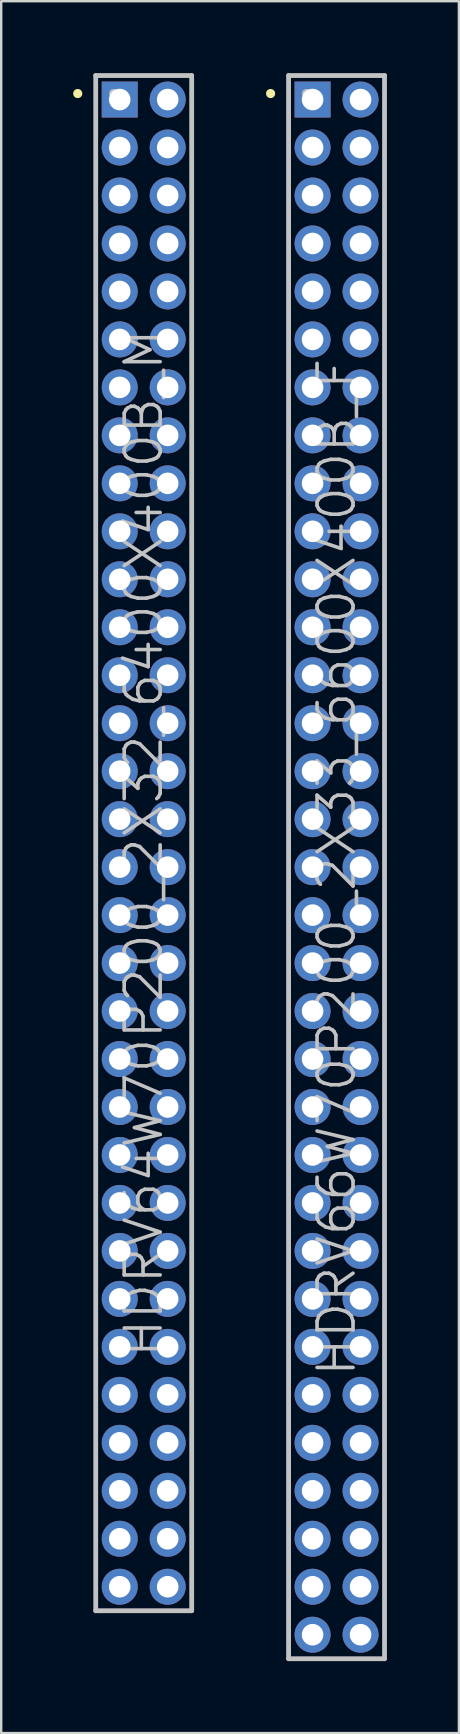
<source format=kicad_pcb>
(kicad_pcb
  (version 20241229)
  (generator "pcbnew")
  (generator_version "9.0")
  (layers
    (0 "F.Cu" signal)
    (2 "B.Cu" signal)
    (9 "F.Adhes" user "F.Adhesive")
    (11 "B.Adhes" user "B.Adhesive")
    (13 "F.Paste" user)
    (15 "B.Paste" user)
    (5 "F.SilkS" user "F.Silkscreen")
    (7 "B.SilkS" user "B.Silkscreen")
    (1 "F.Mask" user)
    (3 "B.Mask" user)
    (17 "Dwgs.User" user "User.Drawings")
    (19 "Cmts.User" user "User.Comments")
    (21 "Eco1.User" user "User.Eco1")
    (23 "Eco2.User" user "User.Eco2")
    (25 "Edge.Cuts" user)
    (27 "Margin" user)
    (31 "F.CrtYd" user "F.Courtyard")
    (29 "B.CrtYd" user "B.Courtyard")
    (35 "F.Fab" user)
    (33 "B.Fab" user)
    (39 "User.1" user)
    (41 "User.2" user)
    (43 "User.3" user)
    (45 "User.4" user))
  (footprint "HDRV64W70P200_2X32_6400X400B_M"
    (layer "F.Cu")
    (at 2.941 32.1)
    (property "Reference" "HDRV64W70P200_2X32_6400X400B_M" (at 0 0 90) (layer "Dwgs.User") (effects (font (size 1.5 1.5) (thickness 0.15))))
    (attr through_hole)
    (fp_line (start -2.75 -31.25) (end -2.75 -31.25) (stroke (width 0.381) (type solid)) (layer "F.SilkS"))
    (fp_line (start -2 -32) (end -2 32) (stroke (width 0.2) (type solid)) (layer "Dwgs.User"))
    (fp_line (start -2 -32) (end 2 -32) (stroke (width 0.2) (type solid)) (layer "Dwgs.User"))
    (fp_line (start -2 32) (end 2 32) (stroke (width 0.2) (type solid)) (layer "Dwgs.User"))
    (fp_line (start -1.25 -31.25) (end -1.25 -31.25) (stroke (width 0.381) (type solid)) (layer "Dwgs.User"))
    (fp_line (start 2 -32) (end 2 32) (stroke (width 0.2) (type solid)) (layer "Dwgs.User"))
    (pad "1" thru_hole rect (at -1 -31) (size 1.5 1.5) (drill 0.9) (layers "*.Cu" "*.Mask"))
    (pad "2" thru_hole circle (at 1 -31 270) (size 1.5 1.5) (drill 0.9) (layers "*.Cu" "*.Mask"))
    (pad "3" thru_hole circle (at -1 -29 270) (size 1.5 1.5) (drill 0.9) (layers "*.Cu" "*.Mask"))
    (pad "4" thru_hole circle (at 1 -29 270) (size 1.5 1.5) (drill 0.9) (layers "*.Cu" "*.Mask"))
    (pad "5" thru_hole circle (at -1 -27 270) (size 1.5 1.5) (drill 0.9) (layers "*.Cu" "*.Mask"))
    (pad "6" thru_hole circle (at 1 -27 270) (size 1.5 1.5) (drill 0.9) (layers "*.Cu" "*.Mask"))
    (pad "7" thru_hole circle (at -1 -25 270) (size 1.5 1.5) (drill 0.9) (layers "*.Cu" "*.Mask"))
    (pad "8" thru_hole circle (at 1 -25 270) (size 1.5 1.5) (drill 0.9) (layers "*.Cu" "*.Mask"))
    (pad "9" thru_hole circle (at -1 -23 270) (size 1.5 1.5) (drill 0.9) (layers "*.Cu" "*.Mask"))
    (pad "10" thru_hole circle (at 1 -23 270) (size 1.5 1.5) (drill 0.9) (layers "*.Cu" "*.Mask"))
    (pad "11" thru_hole circle (at -1 -21 270) (size 1.5 1.5) (drill 0.9) (layers "*.Cu" "*.Mask"))
    (pad "12" thru_hole circle (at 1 -21 270) (size 1.5 1.5) (drill 0.9) (layers "*.Cu" "*.Mask"))
    (pad "13" thru_hole circle (at -1 -19 270) (size 1.5 1.5) (drill 0.9) (layers "*.Cu" "*.Mask"))
    (pad "14" thru_hole circle (at 1 -19 270) (size 1.5 1.5) (drill 0.9) (layers "*.Cu" "*.Mask"))
    (pad "15" thru_hole circle (at -1 -17 270) (size 1.5 1.5) (drill 0.9) (layers "*.Cu" "*.Mask"))
    (pad "16" thru_hole circle (at 1 -17 270) (size 1.5 1.5) (drill 0.9) (layers "*.Cu" "*.Mask"))
    (pad "17" thru_hole circle (at -1 -15 270) (size 1.5 1.5) (drill 0.9) (layers "*.Cu" "*.Mask"))
    (pad "18" thru_hole circle (at 1 -15 270) (size 1.5 1.5) (drill 0.9) (layers "*.Cu" "*.Mask"))
    (pad "19" thru_hole circle (at -1 -13 270) (size 1.5 1.5) (drill 0.9) (layers "*.Cu" "*.Mask"))
    (pad "20" thru_hole circle (at 1 -13 270) (size 1.5 1.5) (drill 0.9) (layers "*.Cu" "*.Mask"))
    (pad "21" thru_hole circle (at -1 -11 270) (size 1.5 1.5) (drill 0.9) (layers "*.Cu" "*.Mask"))
    (pad "22" thru_hole circle (at 1 -11 270) (size 1.5 1.5) (drill 0.9) (layers "*.Cu" "*.Mask"))
    (pad "23" thru_hole circle (at -1 -9 270) (size 1.5 1.5) (drill 0.9) (layers "*.Cu" "*.Mask"))
    (pad "24" thru_hole circle (at 1 -9 270) (size 1.5 1.5) (drill 0.9) (layers "*.Cu" "*.Mask"))
    (pad "25" thru_hole circle (at -1 -7 270) (size 1.5 1.5) (drill 0.9) (layers "*.Cu" "*.Mask"))
    (pad "26" thru_hole circle (at 1 -7 270) (size 1.5 1.5) (drill 0.9) (layers "*.Cu" "*.Mask"))
    (pad "27" thru_hole circle (at -1 -5 270) (size 1.5 1.5) (drill 0.9) (layers "*.Cu" "*.Mask"))
    (pad "28" thru_hole circle (at 1 -5 270) (size 1.5 1.5) (drill 0.9) (layers "*.Cu" "*.Mask"))
    (pad "29" thru_hole circle (at -1 -3 270) (size 1.5 1.5) (drill 0.9) (layers "*.Cu" "*.Mask"))
    (pad "30" thru_hole circle (at 1 -3 270) (size 1.5 1.5) (drill 0.9) (layers "*.Cu" "*.Mask"))
    (pad "31" thru_hole circle (at -1 -1 270) (size 1.5 1.5) (drill 0.9) (layers "*.Cu" "*.Mask"))
    (pad "32" thru_hole circle (at 1 -1 270) (size 1.5 1.5) (drill 0.9) (layers "*.Cu" "*.Mask"))
    (pad "33" thru_hole circle (at -1 1 270) (size 1.5 1.5) (drill 0.9) (layers "*.Cu" "*.Mask"))
    (pad "34" thru_hole circle (at 1 1 270) (size 1.5 1.5) (drill 0.9) (layers "*.Cu" "*.Mask"))
    (pad "35" thru_hole circle (at -1 3 270) (size 1.5 1.5) (drill 0.9) (layers "*.Cu" "*.Mask"))
    (pad "36" thru_hole circle (at 1 3 270) (size 1.5 1.5) (drill 0.9) (layers "*.Cu" "*.Mask"))
    (pad "37" thru_hole circle (at -1 5 270) (size 1.5 1.5) (drill 0.9) (layers "*.Cu" "*.Mask"))
    (pad "38" thru_hole circle (at 1 5 270) (size 1.5 1.5) (drill 0.9) (layers "*.Cu" "*.Mask"))
    (pad "39" thru_hole circle (at -1 7 270) (size 1.5 1.5) (drill 0.9) (layers "*.Cu" "*.Mask"))
    (pad "40" thru_hole circle (at 1 7 270) (size 1.5 1.5) (drill 0.9) (layers "*.Cu" "*.Mask"))
    (pad "41" thru_hole circle (at -1 9 270) (size 1.5 1.5) (drill 0.9) (layers "*.Cu" "*.Mask"))
    (pad "42" thru_hole circle (at 1 9 270) (size 1.5 1.5) (drill 0.9) (layers "*.Cu" "*.Mask"))
    (pad "43" thru_hole circle (at -1 11 270) (size 1.5 1.5) (drill 0.9) (layers "*.Cu" "*.Mask"))
    (pad "44" thru_hole circle (at 1 11 270) (size 1.5 1.5) (drill 0.9) (layers "*.Cu" "*.Mask"))
    (pad "45" thru_hole circle (at -1 13 270) (size 1.5 1.5) (drill 0.9) (layers "*.Cu" "*.Mask"))
    (pad "46" thru_hole circle (at 1 13 270) (size 1.5 1.5) (drill 0.9) (layers "*.Cu" "*.Mask"))
    (pad "47" thru_hole circle (at -1 15 270) (size 1.5 1.5) (drill 0.9) (layers "*.Cu" "*.Mask"))
    (pad "48" thru_hole circle (at 1 15 270) (size 1.5 1.5) (drill 0.9) (layers "*.Cu" "*.Mask"))
    (pad "49" thru_hole circle (at -1 17 270) (size 1.5 1.5) (drill 0.9) (layers "*.Cu" "*.Mask"))
    (pad "50" thru_hole circle (at 1 17 270) (size 1.5 1.5) (drill 0.9) (layers "*.Cu" "*.Mask"))
    (pad "51" thru_hole circle (at -1 19 270) (size 1.5 1.5) (drill 0.9) (layers "*.Cu" "*.Mask"))
    (pad "52" thru_hole circle (at 1 19 270) (size 1.5 1.5) (drill 0.9) (layers "*.Cu" "*.Mask"))
    (pad "53" thru_hole circle (at -1 21 270) (size 1.5 1.5) (drill 0.9) (layers "*.Cu" "*.Mask"))
    (pad "54" thru_hole circle (at 1 21 270) (size 1.5 1.5) (drill 0.9) (layers "*.Cu" "*.Mask"))
    (pad "55" thru_hole circle (at -1 23 270) (size 1.5 1.5) (drill 0.9) (layers "*.Cu" "*.Mask"))
    (pad "56" thru_hole circle (at 1 23 270) (size 1.5 1.5) (drill 0.9) (layers "*.Cu" "*.Mask"))
    (pad "57" thru_hole circle (at -1 25 270) (size 1.5 1.5) (drill 0.9) (layers "*.Cu" "*.Mask"))
    (pad "58" thru_hole circle (at 1 25 270) (size 1.5 1.5) (drill 0.9) (layers "*.Cu" "*.Mask"))
    (pad "59" thru_hole circle (at -1 27 270) (size 1.5 1.5) (drill 0.9) (layers "*.Cu" "*.Mask"))
    (pad "60" thru_hole circle (at 1 27 270) (size 1.5 1.5) (drill 0.9) (layers "*.Cu" "*.Mask"))
    (pad "61" thru_hole circle (at -1 29 270) (size 1.5 1.5) (drill 0.9) (layers "*.Cu" "*.Mask"))
    (pad "62" thru_hole circle (at 1 29 270) (size 1.5 1.5) (drill 0.9) (layers "*.Cu" "*.Mask"))
    (pad "63" thru_hole circle (at -1 31 270) (size 1.5 1.5) (drill 0.9) (layers "*.Cu" "*.Mask"))
    (pad "64" thru_hole circle (at 1 31 270) (size 1.5 1.5) (drill 0.9) (layers "*.Cu" "*.Mask")))
  (footprint "HDRV66W70P200_2X33_6600X400B_F"
    (layer "F.Cu")
    (at 10.981 33.1)
    (property "Reference" "HDRV66W70P200_2X33_6600X400B_F" (at 0 0 90) (layer "Dwgs.User") (effects (font (size 1.5 1.5) (thickness 0.15))))
    (attr through_hole)
    (fp_line (start -2.75 -32.25) (end -2.75 -32.25) (stroke (width 0.381) (type solid)) (layer "F.SilkS"))
    (fp_line (start -2 -33) (end -2 33) (stroke (width 0.2) (type solid)) (layer "Dwgs.User"))
    (fp_line (start -2 -33) (end 2 -33) (stroke (width 0.2) (type solid)) (layer "Dwgs.User"))
    (fp_line (start -2 33) (end 2 33) (stroke (width 0.2) (type solid)) (layer "Dwgs.User"))
    (fp_line (start -1.25 -32.25) (end -1.25 -32.25) (stroke (width 0.381) (type solid)) (layer "Dwgs.User"))
    (fp_line (start 2 -33) (end 2 33) (stroke (width 0.2) (type solid)) (layer "Dwgs.User"))
    (pad "1" thru_hole rect (at -1 -32) (size 1.5 1.5) (drill 0.9) (layers "*.Cu" "*.Mask"))
    (pad "2" thru_hole circle (at 1 -32 270) (size 1.5 1.5) (drill 0.9) (layers "*.Cu" "*.Mask"))
    (pad "3" thru_hole circle (at -1 -30 270) (size 1.5 1.5) (drill 0.9) (layers "*.Cu" "*.Mask"))
    (pad "4" thru_hole circle (at 1 -30 270) (size 1.5 1.5) (drill 0.9) (layers "*.Cu" "*.Mask"))
    (pad "5" thru_hole circle (at -1 -28 270) (size 1.5 1.5) (drill 0.9) (layers "*.Cu" "*.Mask"))
    (pad "6" thru_hole circle (at 1 -28 270) (size 1.5 1.5) (drill 0.9) (layers "*.Cu" "*.Mask"))
    (pad "7" thru_hole circle (at -1 -26 270) (size 1.5 1.5) (drill 0.9) (layers "*.Cu" "*.Mask"))
    (pad "8" thru_hole circle (at 1 -26 270) (size 1.5 1.5) (drill 0.9) (layers "*.Cu" "*.Mask"))
    (pad "9" thru_hole circle (at -1 -24 270) (size 1.5 1.5) (drill 0.9) (layers "*.Cu" "*.Mask"))
    (pad "10" thru_hole circle (at 1 -24 270) (size 1.5 1.5) (drill 0.9) (layers "*.Cu" "*.Mask"))
    (pad "11" thru_hole circle (at -1 -22 270) (size 1.5 1.5) (drill 0.9) (layers "*.Cu" "*.Mask"))
    (pad "12" thru_hole circle (at 1 -22 270) (size 1.5 1.5) (drill 0.9) (layers "*.Cu" "*.Mask"))
    (pad "13" thru_hole circle (at -1 -20 270) (size 1.5 1.5) (drill 0.9) (layers "*.Cu" "*.Mask"))
    (pad "14" thru_hole circle (at 1 -20 270) (size 1.5 1.5) (drill 0.9) (layers "*.Cu" "*.Mask"))
    (pad "15" thru_hole circle (at -1 -18 270) (size 1.5 1.5) (drill 0.9) (layers "*.Cu" "*.Mask"))
    (pad "16" thru_hole circle (at 1 -18 270) (size 1.5 1.5) (drill 0.9) (layers "*.Cu" "*.Mask"))
    (pad "17" thru_hole circle (at -1 -16 270) (size 1.5 1.5) (drill 0.9) (layers "*.Cu" "*.Mask"))
    (pad "18" thru_hole circle (at 1 -16 270) (size 1.5 1.5) (drill 0.9) (layers "*.Cu" "*.Mask"))
    (pad "19" thru_hole circle (at -1 -14 270) (size 1.5 1.5) (drill 0.9) (layers "*.Cu" "*.Mask"))
    (pad "20" thru_hole circle (at 1 -14 270) (size 1.5 1.5) (drill 0.9) (layers "*.Cu" "*.Mask"))
    (pad "21" thru_hole circle (at -1 -12 270) (size 1.5 1.5) (drill 0.9) (layers "*.Cu" "*.Mask"))
    (pad "22" thru_hole circle (at 1 -12 270) (size 1.5 1.5) (drill 0.9) (layers "*.Cu" "*.Mask"))
    (pad "23" thru_hole circle (at -1 -10 270) (size 1.5 1.5) (drill 0.9) (layers "*.Cu" "*.Mask"))
    (pad "24" thru_hole circle (at 1 -10 270) (size 1.5 1.5) (drill 0.9) (layers "*.Cu" "*.Mask"))
    (pad "25" thru_hole circle (at -1 -8 270) (size 1.5 1.5) (drill 0.9) (layers "*.Cu" "*.Mask"))
    (pad "26" thru_hole circle (at 1 -8 270) (size 1.5 1.5) (drill 0.9) (layers "*.Cu" "*.Mask"))
    (pad "27" thru_hole circle (at -1 -6 270) (size 1.5 1.5) (drill 0.9) (layers "*.Cu" "*.Mask"))
    (pad "28" thru_hole circle (at 1 -6 270) (size 1.5 1.5) (drill 0.9) (layers "*.Cu" "*.Mask"))
    (pad "29" thru_hole circle (at -1 -4 270) (size 1.5 1.5) (drill 0.9) (layers "*.Cu" "*.Mask"))
    (pad "30" thru_hole circle (at 1 -4 270) (size 1.5 1.5) (drill 0.9) (layers "*.Cu" "*.Mask"))
    (pad "31" thru_hole circle (at -1 -2 270) (size 1.5 1.5) (drill 0.9) (layers "*.Cu" "*.Mask"))
    (pad "32" thru_hole circle (at 1 -2 270) (size 1.5 1.5) (drill 0.9) (layers "*.Cu" "*.Mask"))
    (pad "33" thru_hole circle (at -1 0 270) (size 1.5 1.5) (drill 0.9) (layers "*.Cu" "*.Mask"))
    (pad "34" thru_hole circle (at 1 0 270) (size 1.5 1.5) (drill 0.9) (layers "*.Cu" "*.Mask"))
    (pad "35" thru_hole circle (at -1 2 270) (size 1.5 1.5) (drill 0.9) (layers "*.Cu" "*.Mask"))
    (pad "36" thru_hole circle (at 1 2 270) (size 1.5 1.5) (drill 0.9) (layers "*.Cu" "*.Mask"))
    (pad "37" thru_hole circle (at -1 4 270) (size 1.5 1.5) (drill 0.9) (layers "*.Cu" "*.Mask"))
    (pad "38" thru_hole circle (at 1 4 270) (size 1.5 1.5) (drill 0.9) (layers "*.Cu" "*.Mask"))
    (pad "39" thru_hole circle (at -1 6 270) (size 1.5 1.5) (drill 0.9) (layers "*.Cu" "*.Mask"))
    (pad "40" thru_hole circle (at 1 6 270) (size 1.5 1.5) (drill 0.9) (layers "*.Cu" "*.Mask"))
    (pad "41" thru_hole circle (at -1 8 270) (size 1.5 1.5) (drill 0.9) (layers "*.Cu" "*.Mask"))
    (pad "42" thru_hole circle (at 1 8 270) (size 1.5 1.5) (drill 0.9) (layers "*.Cu" "*.Mask"))
    (pad "43" thru_hole circle (at -1 10 270) (size 1.5 1.5) (drill 0.9) (layers "*.Cu" "*.Mask"))
    (pad "44" thru_hole circle (at 1 10 270) (size 1.5 1.5) (drill 0.9) (layers "*.Cu" "*.Mask"))
    (pad "45" thru_hole circle (at -1 12 270) (size 1.5 1.5) (drill 0.9) (layers "*.Cu" "*.Mask"))
    (pad "46" thru_hole circle (at 1 12 270) (size 1.5 1.5) (drill 0.9) (layers "*.Cu" "*.Mask"))
    (pad "47" thru_hole circle (at -1 14 270) (size 1.5 1.5) (drill 0.9) (layers "*.Cu" "*.Mask"))
    (pad "48" thru_hole circle (at 1 14 270) (size 1.5 1.5) (drill 0.9) (layers "*.Cu" "*.Mask"))
    (pad "49" thru_hole circle (at -1 16 270) (size 1.5 1.5) (drill 0.9) (layers "*.Cu" "*.Mask"))
    (pad "50" thru_hole circle (at 1 16 270) (size 1.5 1.5) (drill 0.9) (layers "*.Cu" "*.Mask"))
    (pad "51" thru_hole circle (at -1 18 270) (size 1.5 1.5) (drill 0.9) (layers "*.Cu" "*.Mask"))
    (pad "52" thru_hole circle (at 1 18 270) (size 1.5 1.5) (drill 0.9) (layers "*.Cu" "*.Mask"))
    (pad "53" thru_hole circle (at -1 20 270) (size 1.5 1.5) (drill 0.9) (layers "*.Cu" "*.Mask"))
    (pad "54" thru_hole circle (at 1 20 270) (size 1.5 1.5) (drill 0.9) (layers "*.Cu" "*.Mask"))
    (pad "55" thru_hole circle (at -1 22 270) (size 1.5 1.5) (drill 0.9) (layers "*.Cu" "*.Mask"))
    (pad "56" thru_hole circle (at 1 22 270) (size 1.5 1.5) (drill 0.9) (layers "*.Cu" "*.Mask"))
    (pad "57" thru_hole circle (at -1 24 270) (size 1.5 1.5) (drill 0.9) (layers "*.Cu" "*.Mask"))
    (pad "58" thru_hole circle (at 1 24 270) (size 1.5 1.5) (drill 0.9) (layers "*.Cu" "*.Mask"))
    (pad "59" thru_hole circle (at -1 26 270) (size 1.5 1.5) (drill 0.9) (layers "*.Cu" "*.Mask"))
    (pad "60" thru_hole circle (at 1 26 270) (size 1.5 1.5) (drill 0.9) (layers "*.Cu" "*.Mask"))
    (pad "61" thru_hole circle (at -1 28 270) (size 1.5 1.5) (drill 0.9) (layers "*.Cu" "*.Mask"))
    (pad "62" thru_hole circle (at 1 28 270) (size 1.5 1.5) (drill 0.9) (layers "*.Cu" "*.Mask"))
    (pad "63" thru_hole circle (at -1 30 270) (size 1.5 1.5) (drill 0.9) (layers "*.Cu" "*.Mask"))
    (pad "64" thru_hole circle (at 1 30 270) (size 1.5 1.5) (drill 0.9) (layers "*.Cu" "*.Mask"))
    (pad "65" thru_hole circle (at -1 32 270) (size 1.5 1.5) (drill 0.9) (layers "*.Cu" "*.Mask"))
    (pad "66" thru_hole circle (at 1 32 270) (size 1.5 1.5) (drill 0.9) (layers "*.Cu" "*.Mask")))
  (gr_rect
    (start -3 -3)
    (end 16.081 69.2)
    (stroke (width 0.1) (type default))
    (fill no)
    (layer "Edge.Cuts")))
</source>
